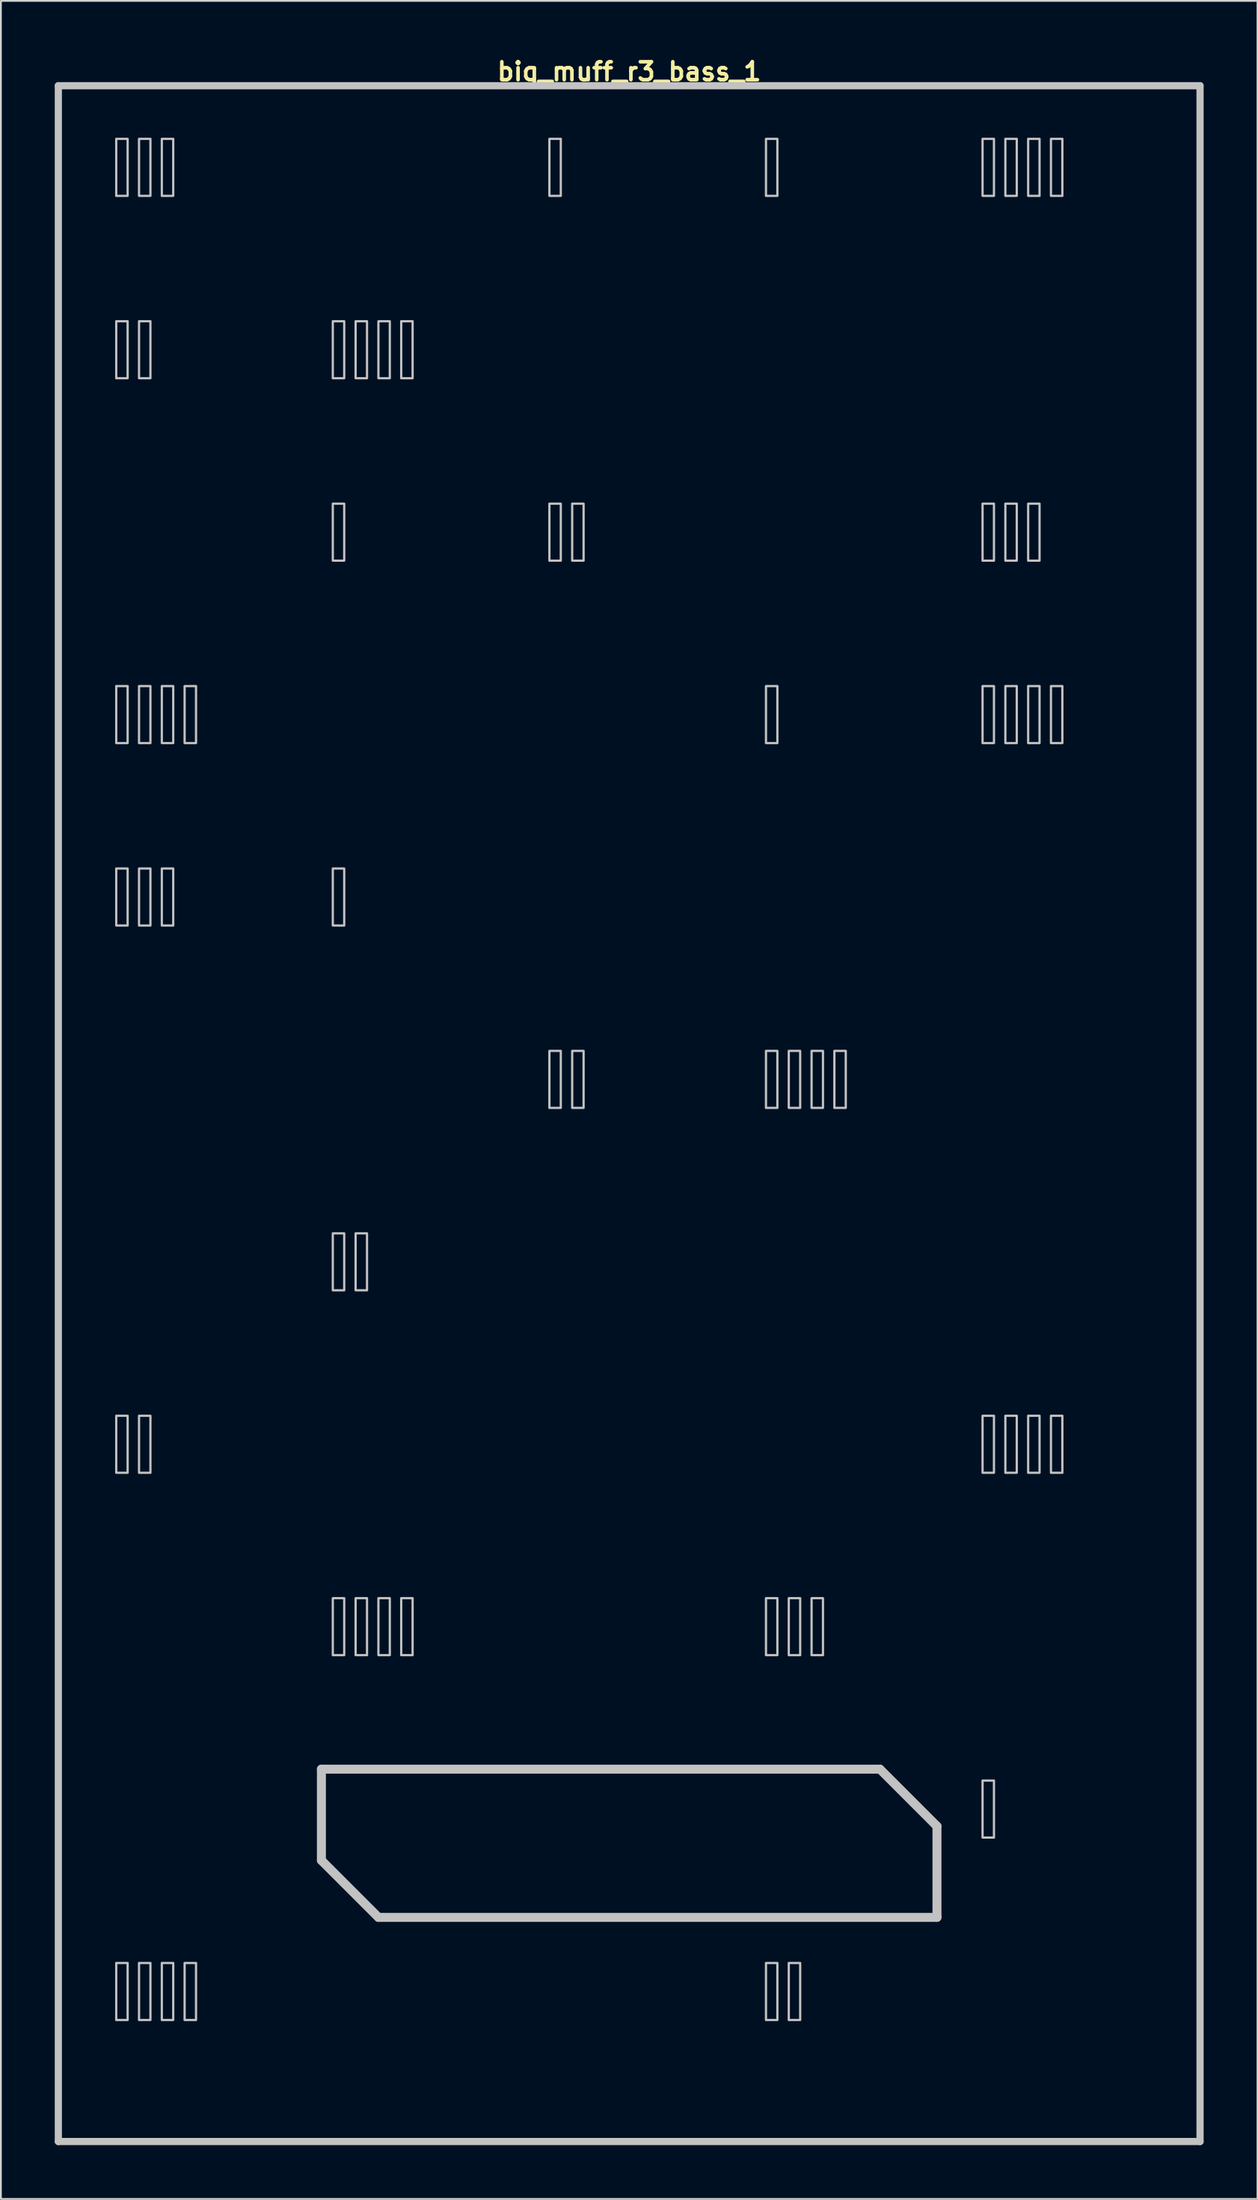
<source format=kicad_pcb>
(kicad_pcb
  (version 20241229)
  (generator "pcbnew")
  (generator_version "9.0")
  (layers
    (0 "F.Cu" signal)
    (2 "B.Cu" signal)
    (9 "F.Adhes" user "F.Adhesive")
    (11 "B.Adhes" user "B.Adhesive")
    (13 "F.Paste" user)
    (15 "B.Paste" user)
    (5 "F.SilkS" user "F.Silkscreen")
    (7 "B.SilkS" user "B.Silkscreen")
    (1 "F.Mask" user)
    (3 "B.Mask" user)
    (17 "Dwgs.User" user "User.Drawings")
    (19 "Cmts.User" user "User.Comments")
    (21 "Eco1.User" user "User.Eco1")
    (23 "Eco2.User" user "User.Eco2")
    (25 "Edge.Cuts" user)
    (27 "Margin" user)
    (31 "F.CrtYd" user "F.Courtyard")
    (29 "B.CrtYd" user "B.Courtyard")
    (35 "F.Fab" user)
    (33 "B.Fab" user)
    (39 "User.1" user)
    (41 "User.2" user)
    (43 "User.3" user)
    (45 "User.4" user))
  (footprint "big_muff_r3_bass_1"
    (layer "F.Cu")
    (at 32 58.975)
    (property "Reference" "big_muff_r3_bass_1" (at 0 -58.039 0) (layer "F.SilkS") (effects (font (size 1 1) (thickness 0.2))))
    (attr through_hole)
    (fp_line (start -31.8 -57.25) (end -31.8 57.25) (stroke (width 0.4) (type solid)) (layer "Dwgs.User"))
    (fp_line (start -31.8 -57.25) (end 31.8 -57.25) (stroke (width 0.4) (type solid)) (layer "Dwgs.User"))
    (fp_line (start -31.8 57.25) (end 31.8 57.25) (stroke (width 0.4) (type solid)) (layer "Dwgs.User"))
    (fp_line (start -17.145 36.513) (end -17.145 41.593) (stroke (width 0.5) (type solid)) (layer "Dwgs.User"))
    (fp_line (start -17.145 36.513) (end 13.97 36.513) (stroke (width 0.5) (type solid)) (layer "Dwgs.User"))
    (fp_line (start -17.145 41.593) (end -13.97 44.767) (stroke (width 0.5) (type solid)) (layer "Dwgs.User"))
    (fp_line (start -13.97 44.767) (end 17.145 44.767) (stroke (width 0.5) (type solid)) (layer "Dwgs.User"))
    (fp_line (start 13.97 36.513) (end 17.145 39.688) (stroke (width 0.5) (type solid)) (layer "Dwgs.User"))
    (fp_line (start 17.145 39.688) (end 17.145 44.767) (stroke (width 0.5) (type solid)) (layer "Dwgs.User"))
    (fp_line (start 31.8 -57.25) (end 31.8 57.25) (stroke (width 0.4) (type solid)) (layer "Dwgs.User"))
    (fp_poly (pts (xy -27.94 -51.117) (xy -28.575 -51.117) (xy -28.575 -54.292) (xy -27.94 -54.292)) (stroke (width 0.125) (type solid)) (fill no) (layer "Dwgs.User"))
    (fp_poly (pts (xy -27.94 -40.958) (xy -28.575 -40.958) (xy -28.575 -44.133) (xy -27.94 -44.133)) (stroke (width 0.125) (type solid)) (fill no) (layer "Dwgs.User"))
    (fp_poly (pts (xy -27.94 -20.637) (xy -28.575 -20.637) (xy -28.575 -23.812) (xy -27.94 -23.812)) (stroke (width 0.125) (type solid)) (fill no) (layer "Dwgs.User"))
    (fp_poly (pts (xy -27.94 -10.477) (xy -28.575 -10.477) (xy -28.575 -13.652) (xy -27.94 -13.652)) (stroke (width 0.125) (type solid)) (fill no) (layer "Dwgs.User"))
    (fp_poly (pts (xy -27.94 20.003) (xy -28.575 20.003) (xy -28.575 16.828) (xy -27.94 16.828)) (stroke (width 0.125) (type solid)) (fill no) (layer "Dwgs.User"))
    (fp_poly (pts (xy -27.94 50.483) (xy -28.575 50.483) (xy -28.575 47.307) (xy -27.94 47.307)) (stroke (width 0.125) (type solid)) (fill no) (layer "Dwgs.User"))
    (fp_poly (pts (xy -26.67 -51.117) (xy -27.305 -51.117) (xy -27.305 -54.292) (xy -26.67 -54.292)) (stroke (width 0.125) (type solid)) (fill no) (layer "Dwgs.User"))
    (fp_poly (pts (xy -26.67 -40.958) (xy -27.305 -40.958) (xy -27.305 -44.133) (xy -26.67 -44.133)) (stroke (width 0.125) (type solid)) (fill no) (layer "Dwgs.User"))
    (fp_poly (pts (xy -26.67 -20.637) (xy -27.305 -20.637) (xy -27.305 -23.812) (xy -26.67 -23.812)) (stroke (width 0.125) (type solid)) (fill no) (layer "Dwgs.User"))
    (fp_poly (pts (xy -26.67 -10.477) (xy -27.305 -10.477) (xy -27.305 -13.652) (xy -26.67 -13.652)) (stroke (width 0.125) (type solid)) (fill no) (layer "Dwgs.User"))
    (fp_poly (pts (xy -26.67 20.003) (xy -27.305 20.003) (xy -27.305 16.828) (xy -26.67 16.828)) (stroke (width 0.125) (type solid)) (fill no) (layer "Dwgs.User"))
    (fp_poly (pts (xy -26.67 50.483) (xy -27.305 50.483) (xy -27.305 47.307) (xy -26.67 47.307)) (stroke (width 0.125) (type solid)) (fill no) (layer "Dwgs.User"))
    (fp_poly (pts (xy -25.4 -51.117) (xy -26.035 -51.117) (xy -26.035 -54.292) (xy -25.4 -54.292)) (stroke (width 0.125) (type solid)) (fill no) (layer "Dwgs.User"))
    (fp_poly (pts (xy -25.4 -20.637) (xy -26.035 -20.637) (xy -26.035 -23.812) (xy -25.4 -23.812)) (stroke (width 0.125) (type solid)) (fill no) (layer "Dwgs.User"))
    (fp_poly (pts (xy -25.4 -10.477) (xy -26.035 -10.477) (xy -26.035 -13.652) (xy -25.4 -13.652)) (stroke (width 0.125) (type solid)) (fill no) (layer "Dwgs.User"))
    (fp_poly (pts (xy -25.4 50.483) (xy -26.035 50.483) (xy -26.035 47.307) (xy -25.4 47.307)) (stroke (width 0.125) (type solid)) (fill no) (layer "Dwgs.User"))
    (fp_poly (pts (xy -24.13 -20.637) (xy -24.765 -20.637) (xy -24.765 -23.812) (xy -24.13 -23.812)) (stroke (width 0.125) (type solid)) (fill no) (layer "Dwgs.User"))
    (fp_poly (pts (xy -24.13 50.483) (xy -24.765 50.483) (xy -24.765 47.307) (xy -24.13 47.307)) (stroke (width 0.125) (type solid)) (fill no) (layer "Dwgs.User"))
    (fp_poly (pts (xy -15.875 -40.958) (xy -16.51 -40.958) (xy -16.51 -44.133) (xy -15.875 -44.133)) (stroke (width 0.125) (type solid)) (fill no) (layer "Dwgs.User"))
    (fp_poly (pts (xy -15.875 -30.797) (xy -16.51 -30.797) (xy -16.51 -33.972) (xy -15.875 -33.972)) (stroke (width 0.125) (type solid)) (fill no) (layer "Dwgs.User"))
    (fp_poly (pts (xy -15.875 -10.477) (xy -16.51 -10.477) (xy -16.51 -13.652) (xy -15.875 -13.652)) (stroke (width 0.125) (type solid)) (fill no) (layer "Dwgs.User"))
    (fp_poly (pts (xy -15.875 9.842) (xy -16.51 9.842) (xy -16.51 6.668) (xy -15.875 6.668)) (stroke (width 0.125) (type solid)) (fill no) (layer "Dwgs.User"))
    (fp_poly (pts (xy -15.875 30.163) (xy -16.51 30.163) (xy -16.51 26.988) (xy -15.875 26.988)) (stroke (width 0.125) (type solid)) (fill no) (layer "Dwgs.User"))
    (fp_poly (pts (xy -14.605 -40.958) (xy -15.24 -40.958) (xy -15.24 -44.133) (xy -14.605 -44.133)) (stroke (width 0.125) (type solid)) (fill no) (layer "Dwgs.User"))
    (fp_poly (pts (xy -14.605 9.842) (xy -15.24 9.842) (xy -15.24 6.668) (xy -14.605 6.668)) (stroke (width 0.125) (type solid)) (fill no) (layer "Dwgs.User"))
    (fp_poly (pts (xy -14.605 30.163) (xy -15.24 30.163) (xy -15.24 26.988) (xy -14.605 26.988)) (stroke (width 0.125) (type solid)) (fill no) (layer "Dwgs.User"))
    (fp_poly (pts (xy -13.335 -40.958) (xy -13.97 -40.958) (xy -13.97 -44.133) (xy -13.335 -44.133)) (stroke (width 0.125) (type solid)) (fill no) (layer "Dwgs.User"))
    (fp_poly (pts (xy -13.335 30.163) (xy -13.97 30.163) (xy -13.97 26.988) (xy -13.335 26.988)) (stroke (width 0.125) (type solid)) (fill no) (layer "Dwgs.User"))
    (fp_poly (pts (xy -12.065 -40.958) (xy -12.7 -40.958) (xy -12.7 -44.133) (xy -12.065 -44.133)) (stroke (width 0.125) (type solid)) (fill no) (layer "Dwgs.User"))
    (fp_poly (pts (xy -12.065 30.163) (xy -12.7 30.163) (xy -12.7 26.988) (xy -12.065 26.988)) (stroke (width 0.125) (type solid)) (fill no) (layer "Dwgs.User"))
    (fp_poly (pts (xy -3.81 -51.117) (xy -4.445 -51.117) (xy -4.445 -54.292) (xy -3.81 -54.292)) (stroke (width 0.125) (type solid)) (fill no) (layer "Dwgs.User"))
    (fp_poly (pts (xy -3.81 -30.797) (xy -4.445 -30.797) (xy -4.445 -33.972) (xy -3.81 -33.972)) (stroke (width 0.125) (type solid)) (fill no) (layer "Dwgs.User"))
    (fp_poly (pts (xy -3.81 -0.318) (xy -4.445 -0.318) (xy -4.445 -3.493) (xy -3.81 -3.493)) (stroke (width 0.125) (type solid)) (fill no) (layer "Dwgs.User"))
    (fp_poly (pts (xy -2.54 -30.797) (xy -3.175 -30.797) (xy -3.175 -33.972) (xy -2.54 -33.972)) (stroke (width 0.125) (type solid)) (fill no) (layer "Dwgs.User"))
    (fp_poly (pts (xy -2.54 -0.318) (xy -3.175 -0.318) (xy -3.175 -3.493) (xy -2.54 -3.493)) (stroke (width 0.125) (type solid)) (fill no) (layer "Dwgs.User"))
    (fp_poly (pts (xy 8.255 -51.117) (xy 7.62 -51.117) (xy 7.62 -54.292) (xy 8.255 -54.292)) (stroke (width 0.125) (type solid)) (fill no) (layer "Dwgs.User"))
    (fp_poly (pts (xy 8.255 -20.637) (xy 7.62 -20.637) (xy 7.62 -23.812) (xy 8.255 -23.812)) (stroke (width 0.125) (type solid)) (fill no) (layer "Dwgs.User"))
    (fp_poly (pts (xy 8.255 -0.318) (xy 7.62 -0.318) (xy 7.62 -3.493) (xy 8.255 -3.493)) (stroke (width 0.125) (type solid)) (fill no) (layer "Dwgs.User"))
    (fp_poly (pts (xy 8.255 30.163) (xy 7.62 30.163) (xy 7.62 26.988) (xy 8.255 26.988)) (stroke (width 0.125) (type solid)) (fill no) (layer "Dwgs.User"))
    (fp_poly (pts (xy 8.255 50.483) (xy 7.62 50.483) (xy 7.62 47.307) (xy 8.255 47.307)) (stroke (width 0.125) (type solid)) (fill no) (layer "Dwgs.User"))
    (fp_poly (pts (xy 9.525 -0.318) (xy 8.89 -0.318) (xy 8.89 -3.493) (xy 9.525 -3.493)) (stroke (width 0.125) (type solid)) (fill no) (layer "Dwgs.User"))
    (fp_poly (pts (xy 9.525 30.163) (xy 8.89 30.163) (xy 8.89 26.988) (xy 9.525 26.988)) (stroke (width 0.125) (type solid)) (fill no) (layer "Dwgs.User"))
    (fp_poly (pts (xy 9.525 50.483) (xy 8.89 50.483) (xy 8.89 47.307) (xy 9.525 47.307)) (stroke (width 0.125) (type solid)) (fill no) (layer "Dwgs.User"))
    (fp_poly (pts (xy 10.795 -0.318) (xy 10.16 -0.318) (xy 10.16 -3.493) (xy 10.795 -3.493)) (stroke (width 0.125) (type solid)) (fill no) (layer "Dwgs.User"))
    (fp_poly (pts (xy 10.795 30.163) (xy 10.16 30.163) (xy 10.16 26.988) (xy 10.795 26.988)) (stroke (width 0.125) (type solid)) (fill no) (layer "Dwgs.User"))
    (fp_poly (pts (xy 12.065 -0.318) (xy 11.43 -0.318) (xy 11.43 -3.493) (xy 12.065 -3.493)) (stroke (width 0.125) (type solid)) (fill no) (layer "Dwgs.User"))
    (fp_poly (pts (xy 20.32 -51.117) (xy 19.685 -51.117) (xy 19.685 -54.292) (xy 20.32 -54.292)) (stroke (width 0.125) (type solid)) (fill no) (layer "Dwgs.User"))
    (fp_poly (pts (xy 20.32 -30.797) (xy 19.685 -30.797) (xy 19.685 -33.972) (xy 20.32 -33.972)) (stroke (width 0.125) (type solid)) (fill no) (layer "Dwgs.User"))
    (fp_poly (pts (xy 20.32 -20.637) (xy 19.685 -20.637) (xy 19.685 -23.812) (xy 20.32 -23.812)) (stroke (width 0.125) (type solid)) (fill no) (layer "Dwgs.User"))
    (fp_poly (pts (xy 20.32 20.003) (xy 19.685 20.003) (xy 19.685 16.828) (xy 20.32 16.828)) (stroke (width 0.125) (type solid)) (fill no) (layer "Dwgs.User"))
    (fp_poly (pts (xy 20.32 40.322) (xy 19.685 40.322) (xy 19.685 37.148) (xy 20.32 37.148)) (stroke (width 0.125) (type solid)) (fill no) (layer "Dwgs.User"))
    (fp_poly (pts (xy 21.59 -51.117) (xy 20.955 -51.117) (xy 20.955 -54.292) (xy 21.59 -54.292)) (stroke (width 0.125) (type solid)) (fill no) (layer "Dwgs.User"))
    (fp_poly (pts (xy 21.59 -30.797) (xy 20.955 -30.797) (xy 20.955 -33.972) (xy 21.59 -33.972)) (stroke (width 0.125) (type solid)) (fill no) (layer "Dwgs.User"))
    (fp_poly (pts (xy 21.59 -20.637) (xy 20.955 -20.637) (xy 20.955 -23.812) (xy 21.59 -23.812)) (stroke (width 0.125) (type solid)) (fill no) (layer "Dwgs.User"))
    (fp_poly (pts (xy 21.59 20.003) (xy 20.955 20.003) (xy 20.955 16.828) (xy 21.59 16.828)) (stroke (width 0.125) (type solid)) (fill no) (layer "Dwgs.User"))
    (fp_poly (pts (xy 22.86 -51.117) (xy 22.225 -51.117) (xy 22.225 -54.292) (xy 22.86 -54.292)) (stroke (width 0.125) (type solid)) (fill no) (layer "Dwgs.User"))
    (fp_poly (pts (xy 22.86 -30.797) (xy 22.225 -30.797) (xy 22.225 -33.972) (xy 22.86 -33.972)) (stroke (width 0.125) (type solid)) (fill no) (layer "Dwgs.User"))
    (fp_poly (pts (xy 22.86 -20.637) (xy 22.225 -20.637) (xy 22.225 -23.812) (xy 22.86 -23.812)) (stroke (width 0.125) (type solid)) (fill no) (layer "Dwgs.User"))
    (fp_poly (pts (xy 22.86 20.003) (xy 22.225 20.003) (xy 22.225 16.828) (xy 22.86 16.828)) (stroke (width 0.125) (type solid)) (fill no) (layer "Dwgs.User"))
    (fp_poly (pts (xy 24.13 -51.117) (xy 23.495 -51.117) (xy 23.495 -54.292) (xy 24.13 -54.292)) (stroke (width 0.125) (type solid)) (fill no) (layer "Dwgs.User"))
    (fp_poly (pts (xy 24.13 -20.637) (xy 23.495 -20.637) (xy 23.495 -23.812) (xy 24.13 -23.812)) (stroke (width 0.125) (type solid)) (fill no) (layer "Dwgs.User"))
    (fp_poly (pts (xy 24.13 20.003) (xy 23.495 20.003) (xy 23.495 16.828) (xy 24.13 16.828)) (stroke (width 0.125) (type solid)) (fill no) (layer "Dwgs.User"))
    (fp_line (start -31.8 -57.25) (end -31.8 57.25) (stroke (width 0.4) (type solid)) (layer "Eco1.User"))
    (fp_line (start -31.8 -57.25) (end 31.8 -57.25) (stroke (width 0.4) (type solid)) (layer "Eco1.User"))
    (fp_line (start -31.8 57.25) (end 31.8 57.25) (stroke (width 0.4) (type solid)) (layer "Eco1.User"))
    (fp_line (start -30.45 -55.75) (end -30.45 55.75) (stroke (width 0.4) (type solid)) (layer "Eco1.User"))
    (fp_line (start -30.45 -55.75) (end 30.45 -55.75) (stroke (width 0.4) (type solid)) (layer "Eco1.User"))
    (fp_line (start -30.45 55.75) (end 30.45 55.75) (stroke (width 0.4) (type solid)) (layer "Eco1.User"))
    (fp_line (start 30.45 -55.75) (end 30.45 55.75) (stroke (width 0.4) (type solid)) (layer "Eco1.User"))
    (fp_line (start 31.8 -57.25) (end 31.8 57.25) (stroke (width 0.4) (type solid)) (layer "Eco1.User"))
    (fp_circle (center -19.05 -40.44) (end -15.35 -40.44) (stroke (width 0.4) (type solid)) (fill no) (layer "Eco1.User"))
    (fp_circle (center -19.05 -40.44) (end -9.55 -40.44) (stroke (width 0.4) (type solid)) (fill no) (layer "Eco1.User"))
    (fp_circle (center -8.89 -50.8) (end -7.39 -50.8) (stroke (width 0.4) (type solid)) (fill no) (layer "Eco1.User"))
    (fp_circle (center -8.89 -50.8) (end -5.39 -50.8) (stroke (width 0.4) (type solid)) (fill no) (layer "Eco1.User"))
    (fp_circle (center 0 -26.47) (end 3.7 -26.47) (stroke (width 0.4) (type solid)) (fill no) (layer "Eco1.User"))
    (fp_circle (center 0 -26.47) (end 9.5 -26.47) (stroke (width 0.4) (type solid)) (fill no) (layer "Eco1.User"))
    (fp_circle (center 0 -7.62) (end 2.65 -7.62) (stroke (width 0.4) (type solid)) (fill no) (layer "Eco1.User"))
    (fp_circle (center 0 19.05) (end 6.5 19.05) (stroke (width 0.4) (type solid)) (fill no) (layer "Eco1.User"))
    (fp_circle (center 0 19.05) (end 9.75 19.05) (stroke (width 0.4) (type solid)) (fill no) (layer "Eco1.User"))
    (fp_circle (center 8.89 -50.8) (end 10.39 -50.8) (stroke (width 0.4) (type solid)) (fill no) (layer "Eco1.User"))
    (fp_circle (center 8.89 -50.8) (end 12.39 -50.8) (stroke (width 0.4) (type solid)) (fill no) (layer "Eco1.User"))
    (fp_circle (center 19.05 -40.44) (end 22.75 -40.44) (stroke (width 0.4) (type solid)) (fill no) (layer "Eco1.User"))
    (fp_circle (center 19.05 -40.44) (end 28.55 -40.44) (stroke (width 0.4) (type solid)) (fill no) (layer "Eco1.User"))
    (fp_line (start -31.8 -57.25) (end -31.8 57.25) (stroke (width 0.4) (type solid)) (layer "Eco2.User"))
    (fp_line (start -31.8 -57.25) (end 31.8 -57.25) (stroke (width 0.4) (type solid)) (layer "Eco2.User"))
    (fp_line (start -31.8 57.25) (end 31.8 57.25) (stroke (width 0.4) (type solid)) (layer "Eco2.User"))
    (fp_line (start -29.21 -54.928) (end -29.21 -49.847) (stroke (width 0.5) (type solid)) (layer "Eco2.User"))
    (fp_line (start -29.21 -54.928) (end -22.225 -54.928) (stroke (width 0.5) (type solid)) (layer "Eco2.User"))
    (fp_line (start -29.21 -49.847) (end -26.035 -46.672) (stroke (width 0.5) (type solid)) (layer "Eco2.User"))
    (fp_line (start -29.21 -44.767) (end -29.21 -39.688) (stroke (width 0.5) (type solid)) (layer "Eco2.User"))
    (fp_line (start -29.21 -44.767) (end -22.225 -44.767) (stroke (width 0.5) (type solid)) (layer "Eco2.User"))
    (fp_line (start -29.21 -39.688) (end -26.035 -36.513) (stroke (width 0.5) (type solid)) (layer "Eco2.User"))
    (fp_line (start -29.21 -34.608) (end -29.21 -29.527) (stroke (width 0.5) (type solid)) (layer "Eco2.User"))
    (fp_line (start -29.21 -34.608) (end -22.225 -34.608) (stroke (width 0.5) (type solid)) (layer "Eco2.User"))
    (fp_line (start -29.21 -29.527) (end -28.575 -28.892) (stroke (width 0.5) (type solid)) (layer "Eco2.User"))
    (fp_line (start -29.21 -24.448) (end -29.21 -19.367) (stroke (width 0.5) (type solid)) (layer "Eco2.User"))
    (fp_line (start -29.21 -24.448) (end -22.225 -24.448) (stroke (width 0.5) (type solid)) (layer "Eco2.User"))
    (fp_line (start -29.21 -19.367) (end -26.035 -16.192) (stroke (width 0.5) (type solid)) (layer "Eco2.User"))
    (fp_line (start -29.21 -14.287) (end -29.21 -9.207) (stroke (width 0.5) (type solid)) (layer "Eco2.User"))
    (fp_line (start -29.21 -14.287) (end -22.225 -14.287) (stroke (width 0.5) (type solid)) (layer "Eco2.User"))
    (fp_line (start -29.21 -9.207) (end -26.035 -6.032) (stroke (width 0.5) (type solid)) (layer "Eco2.User"))
    (fp_line (start -29.21 -4.128) (end -29.21 0.953) (stroke (width 0.5) (type solid)) (layer "Eco2.User"))
    (fp_line (start -29.21 -4.128) (end -22.225 -4.128) (stroke (width 0.5) (type solid)) (layer "Eco2.User"))
    (fp_line (start -29.21 0.953) (end -26.035 4.128) (stroke (width 0.5) (type solid)) (layer "Eco2.User"))
    (fp_line (start -29.21 6.032) (end -29.21 11.113) (stroke (width 0.5) (type solid)) (layer "Eco2.User"))
    (fp_line (start -29.21 6.032) (end -22.225 6.032) (stroke (width 0.5) (type solid)) (layer "Eco2.User"))
    (fp_line (start -29.21 11.113) (end -26.035 14.287) (stroke (width 0.5) (type solid)) (layer "Eco2.User"))
    (fp_line (start -29.21 16.192) (end -29.21 21.273) (stroke (width 0.5) (type solid)) (layer "Eco2.User"))
    (fp_line (start -29.21 16.192) (end -22.225 16.192) (stroke (width 0.5) (type solid)) (layer "Eco2.User"))
    (fp_line (start -29.21 21.273) (end -26.035 24.448) (stroke (width 0.5) (type solid)) (layer "Eco2.User"))
    (fp_line (start -29.21 26.352) (end -29.21 31.433) (stroke (width 0.5) (type solid)) (layer "Eco2.User"))
    (fp_line (start -29.21 26.352) (end -22.225 26.352) (stroke (width 0.5) (type solid)) (layer "Eco2.User"))
    (fp_line (start -29.21 31.433) (end -26.035 34.608) (stroke (width 0.5) (type solid)) (layer "Eco2.User"))
    (fp_line (start -29.21 36.513) (end -29.21 41.593) (stroke (width 0.5) (type solid)) (layer "Eco2.User"))
    (fp_line (start -29.21 36.513) (end -22.225 36.513) (stroke (width 0.5) (type solid)) (layer "Eco2.User"))
    (fp_line (start -29.21 41.593) (end -26.035 44.767) (stroke (width 0.5) (type solid)) (layer "Eco2.User"))
    (fp_line (start -29.21 46.672) (end -29.21 51.752) (stroke (width 0.5) (type solid)) (layer "Eco2.User"))
    (fp_line (start -29.21 46.672) (end 1.905 46.672) (stroke (width 0.5) (type solid)) (layer "Eco2.User"))
    (fp_line (start -29.21 51.752) (end -26.035 54.928) (stroke (width 0.5) (type solid)) (layer "Eco2.User"))
    (fp_line (start -26.035 -46.672) (end -19.05 -46.672) (stroke (width 0.5) (type solid)) (layer "Eco2.User"))
    (fp_line (start -26.035 -36.513) (end -19.05 -36.513) (stroke (width 0.5) (type solid)) (layer "Eco2.User"))
    (fp_line (start -26.035 -16.192) (end -19.05 -16.192) (stroke (width 0.5) (type solid)) (layer "Eco2.User"))
    (fp_line (start -26.035 -6.032) (end -19.05 -6.032) (stroke (width 0.5) (type solid)) (layer "Eco2.User"))
    (fp_line (start -26.035 4.128) (end -19.05 4.128) (stroke (width 0.5) (type solid)) (layer "Eco2.User"))
    (fp_line (start -26.035 14.287) (end -19.05 14.287) (stroke (width 0.5) (type solid)) (layer "Eco2.User"))
    (fp_line (start -26.035 24.448) (end -19.05 24.448) (stroke (width 0.5) (type solid)) (layer "Eco2.User"))
    (fp_line (start -26.035 34.608) (end -19.05 34.608) (stroke (width 0.5) (type solid)) (layer "Eco2.User"))
    (fp_line (start -26.035 44.767) (end -19.05 44.767) (stroke (width 0.5) (type solid)) (layer "Eco2.User"))
    (fp_line (start -26.035 54.928) (end 5.08 54.928) (stroke (width 0.5) (type solid)) (layer "Eco2.User"))
    (fp_line (start -22.225 -54.928) (end -19.05 -51.752) (stroke (width 0.5) (type solid)) (layer "Eco2.User"))
    (fp_line (start -22.225 -44.767) (end -19.05 -41.593) (stroke (width 0.5) (type solid)) (layer "Eco2.User"))
    (fp_line (start -22.225 -34.608) (end -19.05 -31.433) (stroke (width 0.5) (type solid)) (layer "Eco2.User"))
    (fp_line (start -22.225 -24.448) (end -19.05 -21.273) (stroke (width 0.5) (type solid)) (layer "Eco2.User"))
    (fp_line (start -22.225 -14.287) (end -19.05 -11.113) (stroke (width 0.5) (type solid)) (layer "Eco2.User"))
    (fp_line (start -22.225 -4.128) (end -19.05 -0.953) (stroke (width 0.5) (type solid)) (layer "Eco2.User"))
    (fp_line (start -22.225 6.032) (end -19.05 9.207) (stroke (width 0.5) (type solid)) (layer "Eco2.User"))
    (fp_line (start -22.225 16.192) (end -19.05 19.367) (stroke (width 0.5) (type solid)) (layer "Eco2.User"))
    (fp_line (start -22.225 26.352) (end -19.05 29.527) (stroke (width 0.5) (type solid)) (layer "Eco2.User"))
    (fp_line (start -22.225 36.513) (end -19.05 39.688) (stroke (width 0.5) (type solid)) (layer "Eco2.User"))
    (fp_line (start -19.05 -51.752) (end -19.05 -46.672) (stroke (width 0.5) (type solid)) (layer "Eco2.User"))
    (fp_line (start -19.05 -41.593) (end -19.05 -36.513) (stroke (width 0.5) (type solid)) (layer "Eco2.User"))
    (fp_line (start -19.05 -31.433) (end -19.05 -29.845) (stroke (width 0.5) (type solid)) (layer "Eco2.User"))
    (fp_line (start -19.05 -21.273) (end -19.05 -16.192) (stroke (width 0.5) (type solid)) (layer "Eco2.User"))
    (fp_line (start -19.05 -11.113) (end -19.05 -6.032) (stroke (width 0.5) (type solid)) (layer "Eco2.User"))
    (fp_line (start -19.05 -0.953) (end -19.05 4.128) (stroke (width 0.5) (type solid)) (layer "Eco2.User"))
    (fp_line (start -19.05 9.207) (end -19.05 14.287) (stroke (width 0.5) (type solid)) (layer "Eco2.User"))
    (fp_line (start -19.05 19.367) (end -19.05 24.448) (stroke (width 0.5) (type solid)) (layer "Eco2.User"))
    (fp_line (start -19.05 29.527) (end -19.05 34.608) (stroke (width 0.5) (type solid)) (layer "Eco2.User"))
    (fp_line (start -19.05 39.688) (end -19.05 44.767) (stroke (width 0.5) (type solid)) (layer "Eco2.User"))
    (fp_line (start -17.145 -54.928) (end -17.145 -49.847) (stroke (width 0.5) (type solid)) (layer "Eco2.User"))
    (fp_line (start -17.145 -54.928) (end -10.16 -54.928) (stroke (width 0.5) (type solid)) (layer "Eco2.User"))
    (fp_line (start -17.145 -49.847) (end -13.97 -46.672) (stroke (width 0.5) (type solid)) (layer "Eco2.User"))
    (fp_line (start -17.145 -44.767) (end -17.145 -39.688) (stroke (width 0.5) (type solid)) (layer "Eco2.User"))
    (fp_line (start -17.145 -44.767) (end 13.97 -44.767) (stroke (width 0.5) (type solid)) (layer "Eco2.User"))
    (fp_line (start -17.145 -39.688) (end -13.97 -36.513) (stroke (width 0.5) (type solid)) (layer "Eco2.User"))
    (fp_line (start -17.145 -34.608) (end -17.145 -29.845) (stroke (width 0.5) (type solid)) (layer "Eco2.User"))
    (fp_line (start -17.145 -34.608) (end -10.16 -34.608) (stroke (width 0.5) (type solid)) (layer "Eco2.User"))
    (fp_line (start -17.145 -24.448) (end -17.145 -19.367) (stroke (width 0.5) (type solid)) (layer "Eco2.User"))
    (fp_line (start -17.145 -24.448) (end -10.16 -24.448) (stroke (width 0.5) (type solid)) (layer "Eco2.User"))
    (fp_line (start -17.145 -19.367) (end -13.97 -16.192) (stroke (width 0.5) (type solid)) (layer "Eco2.User"))
    (fp_line (start -17.145 -14.287) (end -17.145 -9.207) (stroke (width 0.5) (type solid)) (layer "Eco2.User"))
    (fp_line (start -17.145 -14.287) (end -10.16 -14.287) (stroke (width 0.5) (type solid)) (layer "Eco2.User"))
    (fp_line (start -17.145 -9.207) (end -13.97 -6.032) (stroke (width 0.5) (type solid)) (layer "Eco2.User"))
    (fp_line (start -17.145 -4.128) (end -17.145 0.953) (stroke (width 0.5) (type solid)) (layer "Eco2.User"))
    (fp_line (start -17.145 -4.128) (end -10.16 -4.128) (stroke (width 0.5) (type solid)) (layer "Eco2.User"))
    (fp_line (start -17.145 0.953) (end -13.97 4.128) (stroke (width 0.5) (type solid)) (layer "Eco2.User"))
    (fp_line (start -17.145 6.032) (end -17.145 11.113) (stroke (width 0.5) (type solid)) (layer "Eco2.User"))
    (fp_line (start -17.145 6.032) (end -10.16 6.032) (stroke (width 0.5) (type solid)) (layer "Eco2.User"))
    (fp_line (start -17.145 11.113) (end -13.97 14.287) (stroke (width 0.5) (type solid)) (layer "Eco2.User"))
    (fp_line (start -17.145 16.192) (end -17.145 21.273) (stroke (width 0.5) (type solid)) (layer "Eco2.User"))
    (fp_line (start -17.145 16.192) (end -10.16 16.192) (stroke (width 0.5) (type solid)) (layer "Eco2.User"))
    (fp_line (start -17.145 21.273) (end -13.97 24.448) (stroke (width 0.5) (type solid)) (layer "Eco2.User"))
    (fp_line (start -17.145 26.352) (end -17.145 31.433) (stroke (width 0.5) (type solid)) (layer "Eco2.User"))
    (fp_line (start -17.145 26.352) (end -10.16 26.352) (stroke (width 0.5) (type solid)) (layer "Eco2.User"))
    (fp_line (start -17.145 31.433) (end -13.97 34.608) (stroke (width 0.5) (type solid)) (layer "Eco2.User"))
    (fp_line (start -13.97 -46.672) (end -6.985 -46.672) (stroke (width 0.5) (type solid)) (layer "Eco2.User"))
    (fp_line (start -13.97 -36.513) (end 17.145 -36.513) (stroke (width 0.5) (type solid)) (layer "Eco2.User"))
    (fp_line (start -13.97 -16.192) (end -6.985 -16.192) (stroke (width 0.5) (type solid)) (layer "Eco2.User"))
    (fp_line (start -13.97 -6.032) (end -6.985 -6.032) (stroke (width 0.5) (type solid)) (layer "Eco2.User"))
    (fp_line (start -13.97 4.128) (end -6.985 4.128) (stroke (width 0.5) (type solid)) (layer "Eco2.User"))
    (fp_line (start -13.97 14.287) (end -6.985 14.287) (stroke (width 0.5) (type solid)) (layer "Eco2.User"))
    (fp_line (start -13.97 24.448) (end -6.985 24.448) (stroke (width 0.5) (type solid)) (layer "Eco2.User"))
    (fp_line (start -13.97 34.608) (end -6.985 34.608) (stroke (width 0.5) (type solid)) (layer "Eco2.User"))
    (fp_line (start -10.16 -54.928) (end -6.985 -51.752) (stroke (width 0.5) (type solid)) (layer "Eco2.User"))
    (fp_line (start -10.16 -34.608) (end -6.985 -31.433) (stroke (width 0.5) (type solid)) (layer "Eco2.User"))
    (fp_line (start -10.16 -24.448) (end -6.985 -21.273) (stroke (width 0.5) (type solid)) (layer "Eco2.User"))
    (fp_line (start -10.16 -14.287) (end -6.985 -11.113) (stroke (width 0.5) (type solid)) (layer "Eco2.User"))
    (fp_line (start -10.16 -4.128) (end -6.985 -0.953) (stroke (width 0.5) (type solid)) (layer "Eco2.User"))
    (fp_line (start -10.16 6.032) (end -6.985 9.207) (stroke (width 0.5) (type solid)) (layer "Eco2.User"))
    (fp_line (start -10.16 16.192) (end -6.985 19.367) (stroke (width 0.5) (type solid)) (layer "Eco2.User"))
    (fp_line (start -10.16 26.352) (end -6.985 29.527) (stroke (width 0.5) (type solid)) (layer "Eco2.User"))
    (fp_line (start -9.842 -26.352) (end -6.985 -26.352) (stroke (width 0.5) (type solid)) (layer "Eco2.User"))
    (fp_line (start -6.985 -51.752) (end -6.985 -46.672) (stroke (width 0.5) (type solid)) (layer "Eco2.User"))
    (fp_line (start -6.985 -31.433) (end -6.985 -26.352) (stroke (width 0.5) (type solid)) (layer "Eco2.User"))
    (fp_line (start -6.985 -21.273) (end -6.985 -16.192) (stroke (width 0.5) (type solid)) (layer "Eco2.User"))
    (fp_line (start -6.985 -11.113) (end -6.985 -6.032) (stroke (width 0.5) (type solid)) (layer "Eco2.User"))
    (fp_line (start -6.985 -0.953) (end -6.985 4.128) (stroke (width 0.5) (type solid)) (layer "Eco2.User"))
    (fp_line (start -6.985 9.207) (end -6.985 14.287) (stroke (width 0.5) (type solid)) (layer "Eco2.User"))
    (fp_line (start -6.985 19.367) (end -6.985 24.448) (stroke (width 0.5) (type solid)) (layer "Eco2.User"))
    (fp_line (start -6.985 29.527) (end -6.985 34.608) (stroke (width 0.5) (type solid)) (layer "Eco2.User"))
    (fp_line (start -5.715 -40.64) (end -4.445 -40.64) (stroke (width 0.25) (type solid)) (layer "Eco2.User"))
    (fp_line (start -5.08 -54.928) (end -5.08 -49.847) (stroke (width 0.5) (type solid)) (layer "Eco2.User"))
    (fp_line (start -5.08 -54.928) (end 1.905 -54.928) (stroke (width 0.5) (type solid)) (layer "Eco2.User"))
    (fp_line (start -5.08 -49.847) (end -1.905 -46.672) (stroke (width 0.5) (type solid)) (layer "Eco2.User"))
    (fp_line (start -5.08 -41.275) (end -5.08 -40.005) (stroke (width 0.25) (type solid)) (layer "Eco2.User"))
    (fp_line (start -5.08 -34.608) (end -5.08 -29.527) (stroke (width 0.5) (type solid)) (layer "Eco2.User"))
    (fp_line (start -5.08 -34.608) (end 1.905 -34.608) (stroke (width 0.5) (type solid)) (layer "Eco2.User"))
    (fp_line (start -5.08 -29.527) (end -1.905 -26.352) (stroke (width 0.5) (type solid)) (layer "Eco2.User"))
    (fp_line (start -5.08 -24.448) (end -5.08 -19.367) (stroke (width 0.5) (type solid)) (layer "Eco2.User"))
    (fp_line (start -5.08 -24.448) (end 1.905 -24.448) (stroke (width 0.5) (type solid)) (layer "Eco2.User"))
    (fp_line (start -5.08 -19.367) (end -1.905 -16.192) (stroke (width 0.5) (type solid)) (layer "Eco2.User"))
    (fp_line (start -5.08 -11.113) (end -5.08 -9.207) (stroke (width 0.5) (type solid)) (layer "Eco2.User"))
    (fp_line (start -5.08 -9.207) (end -1.905 -6.032) (stroke (width 0.5) (type solid)) (layer "Eco2.User"))
    (fp_line (start -5.08 -4.128) (end -5.08 0.953) (stroke (width 0.5) (type solid)) (layer "Eco2.User"))
    (fp_line (start -5.08 -4.128) (end 1.905 -4.128) (stroke (width 0.5) (type solid)) (layer "Eco2.User"))
    (fp_line (start -5.08 0.953) (end -1.905 4.128) (stroke (width 0.5) (type solid)) (layer "Eco2.User"))
    (fp_line (start -5.08 6.032) (end -5.08 11.113) (stroke (width 0.5) (type solid)) (layer "Eco2.User"))
    (fp_line (start -5.08 6.032) (end 1.905 6.032) (stroke (width 0.5) (type solid)) (layer "Eco2.User"))
    (fp_line (start -5.08 11.113) (end -1.905 14.287) (stroke (width 0.5) (type solid)) (layer "Eco2.User"))
    (fp_line (start -5.08 26.352) (end -5.08 31.433) (stroke (width 0.5) (type solid)) (layer "Eco2.User"))
    (fp_line (start -5.08 26.352) (end 1.905 26.352) (stroke (width 0.5) (type solid)) (layer "Eco2.User"))
    (fp_line (start -5.08 31.433) (end -1.905 34.608) (stroke (width 0.5) (type solid)) (layer "Eco2.User"))
    (fp_line (start -3.81 -40.64) (end -1.27 -40.64) (stroke (width 0.5) (type solid)) (layer "Eco2.User"))
    (fp_line (start -1.905 -46.672) (end 5.08 -46.672) (stroke (width 0.5) (type solid)) (layer "Eco2.User"))
    (fp_line (start -1.905 -26.352) (end 5.08 -26.352) (stroke (width 0.5) (type solid)) (layer "Eco2.User"))
    (fp_line (start -1.905 -16.192) (end 5.08 -16.192) (stroke (width 0.5) (type solid)) (layer "Eco2.User"))
    (fp_line (start -1.905 -6.032) (end 5.08 -6.032) (stroke (width 0.5) (type solid)) (layer "Eco2.User"))
    (fp_line (start -1.905 4.128) (end 5.08 4.128) (stroke (width 0.5) (type solid)) (layer "Eco2.User"))
    (fp_line (start -1.905 14.287) (end 5.08 14.287) (stroke (width 0.5) (type solid)) (layer "Eco2.User"))
    (fp_line (start -1.905 34.608) (end 5.08 34.608) (stroke (width 0.5) (type solid)) (layer "Eco2.User"))
    (fp_line (start 0 -40.64) (end 3.81 -40.64) (stroke (width 0.5) (type solid)) (layer "Eco2.User"))
    (fp_line (start 1.905 -54.928) (end 5.08 -51.752) (stroke (width 0.5) (type solid)) (layer "Eco2.User"))
    (fp_line (start 1.905 -34.608) (end 5.08 -31.433) (stroke (width 0.5) (type solid)) (layer "Eco2.User"))
    (fp_line (start 1.905 -24.448) (end 5.08 -21.273) (stroke (width 0.5) (type solid)) (layer "Eco2.User"))
    (fp_line (start 1.905 -4.128) (end 5.08 -0.953) (stroke (width 0.5) (type solid)) (layer "Eco2.User"))
    (fp_line (start 1.905 6.032) (end 5.08 9.207) (stroke (width 0.5) (type solid)) (layer "Eco2.User"))
    (fp_line (start 1.905 26.352) (end 5.08 29.527) (stroke (width 0.5) (type solid)) (layer "Eco2.User"))
    (fp_line (start 1.905 46.672) (end 5.08 49.847) (stroke (width 0.5) (type solid)) (layer "Eco2.User"))
    (fp_line (start 4.445 -40.64) (end 5.715 -40.64) (stroke (width 0.25) (type solid)) (layer "Eco2.User"))
    (fp_line (start 5.08 -51.752) (end 5.08 -46.672) (stroke (width 0.5) (type solid)) (layer "Eco2.User"))
    (fp_line (start 5.08 -31.433) (end 5.08 -26.352) (stroke (width 0.5) (type solid)) (layer "Eco2.User"))
    (fp_line (start 5.08 -21.273) (end 5.08 -16.192) (stroke (width 0.5) (type solid)) (layer "Eco2.User"))
    (fp_line (start 5.08 -11.113) (end 5.08 -6.032) (stroke (width 0.5) (type solid)) (layer "Eco2.User"))
    (fp_line (start 5.08 -0.953) (end 5.08 4.128) (stroke (width 0.5) (type solid)) (layer "Eco2.User"))
    (fp_line (start 5.08 9.207) (end 5.08 14.287) (stroke (width 0.5) (type solid)) (layer "Eco2.User"))
    (fp_line (start 5.08 29.527) (end 5.08 34.608) (stroke (width 0.5) (type solid)) (layer "Eco2.User"))
    (fp_line (start 5.08 49.847) (end 5.08 54.928) (stroke (width 0.5) (type solid)) (layer "Eco2.User"))
    (fp_line (start 6.985 -54.928) (end 6.985 -49.847) (stroke (width 0.5) (type solid)) (layer "Eco2.User"))
    (fp_line (start 6.985 -54.928) (end 13.97 -54.928) (stroke (width 0.5) (type solid)) (layer "Eco2.User"))
    (fp_line (start 6.985 -49.847) (end 10.16 -46.672) (stroke (width 0.5) (type solid)) (layer "Eco2.User"))
    (fp_line (start 6.985 -34.608) (end 6.985 -29.527) (stroke (width 0.5) (type solid)) (layer "Eco2.User"))
    (fp_line (start 6.985 -34.608) (end 13.97 -34.608) (stroke (width 0.5) (type solid)) (layer "Eco2.User"))
    (fp_line (start 6.985 -29.527) (end 9.525 -26.988) (stroke (width 0.5) (type solid)) (layer "Eco2.User"))
    (fp_line (start 6.985 -24.448) (end 6.985 -19.367) (stroke (width 0.5) (type solid)) (layer "Eco2.User"))
    (fp_line (start 6.985 -24.448) (end 13.97 -24.448) (stroke (width 0.5) (type solid)) (layer "Eco2.User"))
    (fp_line (start 6.985 -19.367) (end 10.16 -16.192) (stroke (width 0.5) (type solid)) (layer "Eco2.User"))
    (fp_line (start 6.985 -14.287) (end 6.985 -9.207) (stroke (width 0.5) (type solid)) (layer "Eco2.User"))
    (fp_line (start 6.985 -14.287) (end 13.97 -14.287) (stroke (width 0.5) (type solid)) (layer "Eco2.User"))
    (fp_line (start 6.985 -9.207) (end 10.16 -6.032) (stroke (width 0.5) (type solid)) (layer "Eco2.User"))
    (fp_line (start 6.985 -4.128) (end 6.985 0.953) (stroke (width 0.5) (type solid)) (layer "Eco2.User"))
    (fp_line (start 6.985 -4.128) (end 13.97 -4.128) (stroke (width 0.5) (type solid)) (layer "Eco2.User"))
    (fp_line (start 6.985 0.953) (end 10.16 4.128) (stroke (width 0.5) (type solid)) (layer "Eco2.User"))
    (fp_line (start 6.985 6.032) (end 6.985 11.113) (stroke (width 0.5) (type solid)) (layer "Eco2.User"))
    (fp_line (start 6.985 6.032) (end 13.97 6.032) (stroke (width 0.5) (type solid)) (layer "Eco2.User"))
    (fp_line (start 6.985 11.113) (end 10.16 14.287) (stroke (width 0.5) (type solid)) (layer "Eco2.User"))
    (fp_line (start 6.985 16.192) (end 6.985 21.273) (stroke (width 0.5) (type solid)) (layer "Eco2.User"))
    (fp_line (start 6.985 16.192) (end 13.97 16.192) (stroke (width 0.5) (type solid)) (layer "Eco2.User"))
    (fp_line (start 6.985 21.273) (end 10.16 24.448) (stroke (width 0.5) (type solid)) (layer "Eco2.User"))
    (fp_line (start 6.985 26.352) (end 6.985 31.433) (stroke (width 0.5) (type solid)) (layer "Eco2.User"))
    (fp_line (start 6.985 26.352) (end 13.97 26.352) (stroke (width 0.5) (type solid)) (layer "Eco2.User"))
    (fp_line (start 6.985 31.433) (end 10.16 34.608) (stroke (width 0.5) (type solid)) (layer "Eco2.User"))
    (fp_line (start 6.985 46.672) (end 6.985 51.752) (stroke (width 0.5) (type solid)) (layer "Eco2.User"))
    (fp_line (start 6.985 46.672) (end 26.035 46.672) (stroke (width 0.5) (type solid)) (layer "Eco2.User"))
    (fp_line (start 6.985 51.752) (end 10.16 54.928) (stroke (width 0.5) (type solid)) (layer "Eco2.User"))
    (fp_line (start 10.16 -46.672) (end 17.145 -46.672) (stroke (width 0.5) (type solid)) (layer "Eco2.User"))
    (fp_line (start 10.16 -16.192) (end 17.145 -16.192) (stroke (width 0.5) (type solid)) (layer "Eco2.User"))
    (fp_line (start 10.16 -6.032) (end 17.145 -6.032) (stroke (width 0.5) (type solid)) (layer "Eco2.User"))
    (fp_line (start 10.16 4.128) (end 17.145 4.128) (stroke (width 0.5) (type solid)) (layer "Eco2.User"))
    (fp_line (start 10.16 14.287) (end 17.145 14.287) (stroke (width 0.5) (type solid)) (layer "Eco2.User"))
    (fp_line (start 10.16 24.448) (end 17.145 24.448) (stroke (width 0.5) (type solid)) (layer "Eco2.User"))
    (fp_line (start 10.16 34.608) (end 17.145 34.608) (stroke (width 0.5) (type solid)) (layer "Eco2.User"))
    (fp_line (start 10.16 54.928) (end 29.21 54.928) (stroke (width 0.5) (type solid)) (layer "Eco2.User"))
    (fp_line (start 13.97 -54.928) (end 17.145 -51.752) (stroke (width 0.5) (type solid)) (layer "Eco2.User"))
    (fp_line (start 13.97 -44.767) (end 17.145 -41.593) (stroke (width 0.5) (type solid)) (layer "Eco2.User"))
    (fp_line (start 13.97 -34.608) (end 17.145 -31.433) (stroke (width 0.5) (type solid)) (layer "Eco2.User"))
    (fp_line (start 13.97 -24.448) (end 17.145 -21.273) (stroke (width 0.5) (type solid)) (layer "Eco2.User"))
    (fp_line (start 13.97 -14.287) (end 17.145 -11.113) (stroke (width 0.5) (type solid)) (layer "Eco2.User"))
    (fp_line (start 13.97 -4.128) (end 17.145 -0.953) (stroke (width 0.5) (type solid)) (layer "Eco2.User"))
    (fp_line (start 13.97 6.032) (end 17.145 9.207) (stroke (width 0.5) (type solid)) (layer "Eco2.User"))
    (fp_line (start 13.97 16.192) (end 17.145 19.367) (stroke (width 0.5) (type solid)) (layer "Eco2.User"))
    (fp_line (start 13.97 26.352) (end 17.145 29.527) (stroke (width 0.5) (type solid)) (layer "Eco2.User"))
    (fp_line (start 17.145 -51.752) (end 17.145 -46.672) (stroke (width 0.5) (type solid)) (layer "Eco2.User"))
    (fp_line (start 17.145 -41.593) (end 17.145 -36.513) (stroke (width 0.5) (type solid)) (layer "Eco2.User"))
    (fp_line (start 17.145 -31.433) (end 17.145 -29.845) (stroke (width 0.5) (type solid)) (layer "Eco2.User"))
    (fp_line (start 17.145 -21.273) (end 17.145 -16.192) (stroke (width 0.5) (type solid)) (layer "Eco2.User"))
    (fp_line (start 17.145 -11.113) (end 17.145 -6.032) (stroke (width 0.5) (type solid)) (layer "Eco2.User"))
    (fp_line (start 17.145 -0.953) (end 17.145 4.128) (stroke (width 0.5) (type solid)) (layer "Eco2.User"))
    (fp_line (start 17.145 9.207) (end 17.145 14.287) (stroke (width 0.5) (type solid)) (layer "Eco2.User"))
    (fp_line (start 17.145 19.367) (end 17.145 24.448) (stroke (width 0.5) (type solid)) (layer "Eco2.User"))
    (fp_line (start 17.145 29.527) (end 17.145 34.608) (stroke (width 0.5) (type solid)) (layer "Eco2.User"))
    (fp_line (start 19.05 -54.928) (end 19.05 -49.847) (stroke (width 0.5) (type solid)) (layer "Eco2.User"))
    (fp_line (start 19.05 -54.928) (end 26.035 -54.928) (stroke (width 0.5) (type solid)) (layer "Eco2.User"))
    (fp_line (start 19.05 -49.847) (end 22.225 -46.672) (stroke (width 0.5) (type solid)) (layer "Eco2.User"))
    (fp_line (start 19.05 -44.767) (end 19.05 -39.688) (stroke (width 0.5) (type solid)) (layer "Eco2.User"))
    (fp_line (start 19.05 -44.767) (end 26.035 -44.767) (stroke (width 0.5) (type solid)) (layer "Eco2.User"))
    (fp_line (start 19.05 -39.688) (end 22.225 -36.513) (stroke (width 0.5) (type solid)) (layer "Eco2.User"))
    (fp_line (start 19.05 -34.608) (end 19.05 -29.845) (stroke (width 0.5) (type solid)) (layer "Eco2.User"))
    (fp_line (start 19.05 -34.608) (end 26.035 -34.608) (stroke (width 0.5) (type solid)) (layer "Eco2.User"))
    (fp_line (start 19.05 -24.448) (end 19.05 -19.367) (stroke (width 0.5) (type solid)) (layer "Eco2.User"))
    (fp_line (start 19.05 -24.448) (end 26.035 -24.448) (stroke (width 0.5) (type solid)) (layer "Eco2.User"))
    (fp_line (start 19.05 -19.367) (end 22.225 -16.192) (stroke (width 0.5) (type solid)) (layer "Eco2.User"))
    (fp_line (start 19.05 -14.287) (end 19.05 -9.207) (stroke (width 0.5) (type solid)) (layer "Eco2.User"))
    (fp_line (start 19.05 -14.287) (end 26.035 -14.287) (stroke (width 0.5) (type solid)) (layer "Eco2.User"))
    (fp_line (start 19.05 -9.207) (end 22.225 -6.032) (stroke (width 0.5) (type solid)) (layer "Eco2.User"))
    (fp_line (start 19.05 -4.128) (end 19.05 0.953) (stroke (width 0.5) (type solid)) (layer "Eco2.User"))
    (fp_line (start 19.05 -4.128) (end 26.035 -4.128) (stroke (width 0.5) (type solid)) (layer "Eco2.User"))
    (fp_line (start 19.05 0.953) (end 22.225 4.128) (stroke (width 0.5) (type solid)) (layer "Eco2.User"))
    (fp_line (start 19.05 6.032) (end 19.05 11.113) (stroke (width 0.5) (type solid)) (layer "Eco2.User"))
    (fp_line (start 19.05 6.032) (end 26.035 6.032) (stroke (width 0.5) (type solid)) (layer "Eco2.User"))
    (fp_line (start 19.05 11.113) (end 22.225 14.287) (stroke (width 0.5) (type solid)) (layer "Eco2.User"))
    (fp_line (start 19.05 16.192) (end 19.05 21.273) (stroke (width 0.5) (type solid)) (layer "Eco2.User"))
    (fp_line (start 19.05 16.192) (end 26.035 16.192) (stroke (width 0.5) (type solid)) (layer "Eco2.User"))
    (fp_line (start 19.05 21.273) (end 22.225 24.448) (stroke (width 0.5) (type solid)) (layer "Eco2.User"))
    (fp_line (start 19.05 26.352) (end 19.05 31.433) (stroke (width 0.5) (type solid)) (layer "Eco2.User"))
    (fp_line (start 19.05 26.352) (end 26.035 26.352) (stroke (width 0.5) (type solid)) (layer "Eco2.User"))
    (fp_line (start 19.05 31.433) (end 22.225 34.608) (stroke (width 0.5) (type solid)) (layer "Eco2.User"))
    (fp_line (start 19.05 36.513) (end 19.05 41.593) (stroke (width 0.5) (type solid)) (layer "Eco2.User"))
    (fp_line (start 19.05 36.513) (end 26.035 36.513) (stroke (width 0.5) (type solid)) (layer "Eco2.User"))
    (fp_line (start 19.05 41.593) (end 22.225 44.767) (stroke (width 0.5) (type solid)) (layer "Eco2.User"))
    (fp_line (start 22.225 -46.672) (end 29.21 -46.672) (stroke (width 0.5) (type solid)) (layer "Eco2.User"))
    (fp_line (start 22.225 -36.513) (end 29.21 -36.513) (stroke (width 0.5) (type solid)) (layer "Eco2.User"))
    (fp_line (start 22.225 -16.192) (end 29.21 -16.192) (stroke (width 0.5) (type solid)) (layer "Eco2.User"))
    (fp_line (start 22.225 -6.032) (end 29.21 -6.032) (stroke (width 0.5) (type solid)) (layer "Eco2.User"))
    (fp_line (start 22.225 4.128) (end 29.21 4.128) (stroke (width 0.5) (type solid)) (layer "Eco2.User"))
    (fp_line (start 22.225 14.287) (end 29.21 14.287) (stroke (width 0.5) (type solid)) (layer "Eco2.User"))
    (fp_line (start 22.225 24.448) (end 29.21 24.448) (stroke (width 0.5) (type solid)) (layer "Eco2.User"))
    (fp_line (start 22.225 34.608) (end 29.21 34.608) (stroke (width 0.5) (type solid)) (layer "Eco2.User"))
    (fp_line (start 22.225 44.767) (end 29.21 44.767) (stroke (width 0.5) (type solid)) (layer "Eco2.User"))
    (fp_line (start 26.035 -54.928) (end 29.21 -51.752) (stroke (width 0.5) (type solid)) (layer "Eco2.User"))
    (fp_line (start 26.035 -44.767) (end 29.21 -41.593) (stroke (width 0.5) (type solid)) (layer "Eco2.User"))
    (fp_line (start 26.035 -34.608) (end 29.21 -31.433) (stroke (width 0.5) (type solid)) (layer "Eco2.User"))
    (fp_line (start 26.035 -24.448) (end 29.21 -21.273) (stroke (width 0.5) (type solid)) (layer "Eco2.User"))
    (fp_line (start 26.035 -14.287) (end 29.21 -11.113) (stroke (width 0.5) (type solid)) (layer "Eco2.User"))
    (fp_line (start 26.035 -4.128) (end 29.21 -0.953) (stroke (width 0.5) (type solid)) (layer "Eco2.User"))
    (fp_line (start 26.035 6.032) (end 29.21 9.207) (stroke (width 0.5) (type solid)) (layer "Eco2.User"))
    (fp_line (start 26.035 16.192) (end 29.21 19.367) (stroke (width 0.5) (type solid)) (layer "Eco2.User"))
    (fp_line (start 26.035 26.352) (end 29.21 29.527) (stroke (width 0.5) (type solid)) (layer "Eco2.User"))
    (fp_line (start 26.035 36.513) (end 29.21 39.688) (stroke (width 0.5) (type solid)) (layer "Eco2.User"))
    (fp_line (start 26.035 46.672) (end 29.21 49.847) (stroke (width 0.5) (type solid)) (layer "Eco2.User"))
    (fp_line (start 28.575 -26.352) (end 29.21 -26.352) (stroke (width 0.5) (type solid)) (layer "Eco2.User"))
    (fp_line (start 29.21 -51.752) (end 29.21 -46.672) (stroke (width 0.5) (type solid)) (layer "Eco2.User"))
    (fp_line (start 29.21 -41.593) (end 29.21 -36.513) (stroke (width 0.5) (type solid)) (layer "Eco2.User"))
    (fp_line (start 29.21 -31.433) (end 29.21 -26.352) (stroke (width 0.5) (type solid)) (layer "Eco2.User"))
    (fp_line (start 29.21 -21.273) (end 29.21 -16.192) (stroke (width 0.5) (type solid)) (layer "Eco2.User"))
    (fp_line (start 29.21 -11.113) (end 29.21 -6.032) (stroke (width 0.5) (type solid)) (layer "Eco2.User"))
    (fp_line (start 29.21 -0.953) (end 29.21 4.128) (stroke (width 0.5) (type solid)) (layer "Eco2.User"))
    (fp_line (start 29.21 9.207) (end 29.21 14.287) (stroke (width 0.5) (type solid)) (layer "Eco2.User"))
    (fp_line (start 29.21 19.367) (end 29.21 24.448) (stroke (width 0.5) (type solid)) (layer "Eco2.User"))
    (fp_line (start 29.21 29.527) (end 29.21 34.608) (stroke (width 0.5) (type solid)) (layer "Eco2.User"))
    (fp_line (start 29.21 39.688) (end 29.21 44.767) (stroke (width 0.5) (type solid)) (layer "Eco2.User"))
    (fp_line (start 29.21 49.847) (end 29.21 54.928) (stroke (width 0.5) (type solid)) (layer "Eco2.User"))
    (fp_line (start 31.8 -57.25) (end 31.8 57.25) (stroke (width 0.4) (type solid)) (layer "Eco2.User"))
    (fp_arc (start 0 -39.37) (mid -1.27 -40.64) (end 0 -41.91) (stroke (width 0.5) (type solid)) (layer "Eco2.User"))
    (fp_circle (center -5.08 -40.64) (end -3.81 -40.64) (stroke (width 0.5) (type solid)) (fill no) (layer "Eco2.User"))
    (fp_circle (center 0 -40.64) (end 0.25 -40.64) (stroke (width 0.5) (type solid)) (fill no) (layer "Eco2.User"))
    (fp_circle (center 5.08 -40.64) (end 6.35 -40.64) (stroke (width 0.5) (type solid)) (fill no) (layer "Eco2.User"))
    (fp_poly (pts (xy -25.4 0) (xy -22.86 -1.27) (xy -22.86 1.27)) (stroke (width 0.5) (type solid)) (fill no) (layer "Eco2.User"))
    (fp_poly (pts (xy 22.86 0) (xy 25.4 -1.27) (xy 25.4 1.27)) (stroke (width 0.5) (type solid)) (fill no) (layer "Eco2.User"))
    (fp_poly (pts (xy -27.94 -30.797) (xy -28.575 -30.797) (xy -28.575 -33.972) (xy -27.94 -33.972)) (stroke (width 0.125) (type solid)) (fill no) (layer "Eco2.User"))
    (fp_poly (pts (xy -27.94 9.842) (xy -28.575 9.842) (xy -28.575 6.668) (xy -27.94 6.668)) (stroke (width 0.125) (type solid)) (fill no) (layer "Eco2.User"))
    (fp_poly (pts (xy -27.94 30.163) (xy -28.575 30.163) (xy -28.575 26.988) (xy -27.94 26.988)) (stroke (width 0.125) (type solid)) (fill no) (layer "Eco2.User"))
    (fp_poly (pts (xy -27.94 40.322) (xy -28.575 40.322) (xy -28.575 37.148) (xy -27.94 37.148)) (stroke (width 0.125) (type solid)) (fill no) (layer "Eco2.User"))
    (fp_poly (pts (xy -26.67 -30.797) (xy -27.305 -30.797) (xy -27.305 -33.972) (xy -26.67 -33.972)) (stroke (width 0.125) (type solid)) (fill no) (layer "Eco2.User"))
    (fp_poly (pts (xy -26.67 40.322) (xy -27.305 40.322) (xy -27.305 37.148) (xy -26.67 37.148)) (stroke (width 0.125) (type solid)) (fill no) (layer "Eco2.User"))
    (fp_poly (pts (xy -25.4 -30.797) (xy -26.035 -30.797) (xy -26.035 -33.972) (xy -25.4 -33.972)) (stroke (width 0.125) (type solid)) (fill no) (layer "Eco2.User"))
    (fp_poly (pts (xy -24.13 -30.797) (xy -24.765 -30.797) (xy -24.765 -33.972) (xy -24.13 -33.972)) (stroke (width 0.125) (type solid)) (fill no) (layer "Eco2.User"))
    (fp_poly (pts (xy -15.875 -51.117) (xy -16.51 -51.117) (xy -16.51 -54.292) (xy -15.875 -54.292)) (stroke (width 0.125) (type solid)) (fill no) (layer "Eco2.User"))
    (fp_poly (pts (xy -15.875 -20.637) (xy -16.51 -20.637) (xy -16.51 -23.812) (xy -15.875 -23.812)) (stroke (width 0.125) (type solid)) (fill no) (layer "Eco2.User"))
    (fp_poly (pts (xy -15.875 -0.318) (xy -16.51 -0.318) (xy -16.51 -3.493) (xy -15.875 -3.493)) (stroke (width 0.125) (type solid)) (fill no) (layer "Eco2.User"))
    (fp_poly (pts (xy -15.875 20.003) (xy -16.51 20.003) (xy -16.51 16.828) (xy -15.875 16.828)) (stroke (width 0.125) (type solid)) (fill no) (layer "Eco2.User"))
    (fp_poly (pts (xy -14.605 -51.117) (xy -15.24 -51.117) (xy -15.24 -54.292) (xy -14.605 -54.292)) (stroke (width 0.125) (type solid)) (fill no) (layer "Eco2.User"))
    (fp_poly (pts (xy -14.605 -20.637) (xy -15.24 -20.637) (xy -15.24 -23.812) (xy -14.605 -23.812)) (stroke (width 0.125) (type solid)) (fill no) (layer "Eco2.User"))
    (fp_poly (pts (xy -14.605 20.003) (xy -15.24 20.003) (xy -15.24 16.828) (xy -14.605 16.828)) (stroke (width 0.125) (type solid)) (fill no) (layer "Eco2.User"))
    (fp_poly (pts (xy -13.335 -51.117) (xy -13.97 -51.117) (xy -13.97 -54.292) (xy -13.335 -54.292)) (stroke (width 0.125) (type solid)) (fill no) (layer "Eco2.User"))
    (fp_poly (pts (xy -13.335 -20.637) (xy -13.97 -20.637) (xy -13.97 -23.812) (xy -13.335 -23.812)) (stroke (width 0.125) (type solid)) (fill no) (layer "Eco2.User"))
    (fp_poly (pts (xy -13.335 20.003) (xy -13.97 20.003) (xy -13.97 16.828) (xy -13.335 16.828)) (stroke (width 0.125) (type solid)) (fill no) (layer "Eco2.User"))
    (fp_poly (pts (xy -12.065 -51.117) (xy -12.7 -51.117) (xy -12.7 -54.292) (xy -12.065 -54.292)) (stroke (width 0.125) (type solid)) (fill no) (layer "Eco2.User"))
    (fp_poly (pts (xy -12.065 -20.637) (xy -12.7 -20.637) (xy -12.7 -23.812) (xy -12.065 -23.812)) (stroke (width 0.125) (type solid)) (fill no) (layer "Eco2.User"))
    (fp_poly (pts (xy -3.81 -20.637) (xy -4.445 -20.637) (xy -4.445 -23.812) (xy -3.81 -23.812)) (stroke (width 0.125) (type solid)) (fill no) (layer "Eco2.User"))
    (fp_poly (pts (xy -3.81 9.842) (xy -4.445 9.842) (xy -4.445 6.668) (xy -3.81 6.668)) (stroke (width 0.125) (type solid)) (fill no) (layer "Eco2.User"))
    (fp_poly (pts (xy -3.81 30.163) (xy -4.445 30.163) (xy -4.445 26.988) (xy -3.81 26.988)) (stroke (width 0.125) (type solid)) (fill no) (layer "Eco2.User"))
    (fp_poly (pts (xy -2.54 -20.637) (xy -3.175 -20.637) (xy -3.175 -23.812) (xy -2.54 -23.812)) (stroke (width 0.125) (type solid)) (fill no) (layer "Eco2.User"))
    (fp_poly (pts (xy -2.54 9.842) (xy -3.175 9.842) (xy -3.175 6.668) (xy -2.54 6.668)) (stroke (width 0.125) (type solid)) (fill no) (layer "Eco2.User"))
    (fp_poly (pts (xy -2.54 30.163) (xy -3.175 30.163) (xy -3.175 26.988) (xy -2.54 26.988)) (stroke (width 0.125) (type solid)) (fill no) (layer "Eco2.User"))
    (fp_poly (pts (xy -1.27 -20.637) (xy -1.905 -20.637) (xy -1.905 -23.812) (xy -1.27 -23.812)) (stroke (width 0.125) (type solid)) (fill no) (layer "Eco2.User"))
    (fp_poly (pts (xy 8.255 -30.797) (xy 7.62 -30.797) (xy 7.62 -33.972) (xy 8.255 -33.972)) (stroke (width 0.125) (type solid)) (fill no) (layer "Eco2.User"))
    (fp_poly (pts (xy 8.255 -10.477) (xy 7.62 -10.477) (xy 7.62 -13.652) (xy 8.255 -13.652)) (stroke (width 0.125) (type solid)) (fill no) (layer "Eco2.User"))
    (fp_poly (pts (xy 8.255 9.842) (xy 7.62 9.842) (xy 7.62 6.668) (xy 8.255 6.668)) (stroke (width 0.125) (type solid)) (fill no) (layer "Eco2.User"))
    (fp_poly (pts (xy 8.255 20.003) (xy 7.62 20.003) (xy 7.62 16.828) (xy 8.255 16.828)) (stroke (width 0.125) (type solid)) (fill no) (layer "Eco2.User"))
    (fp_poly (pts (xy 9.525 -30.797) (xy 8.89 -30.797) (xy 8.89 -33.972) (xy 9.525 -33.972)) (stroke (width 0.125) (type solid)) (fill no) (layer "Eco2.User"))
    (fp_poly (pts (xy 9.525 -10.477) (xy 8.89 -10.477) (xy 8.89 -13.652) (xy 9.525 -13.652)) (stroke (width 0.125) (type solid)) (fill no) (layer "Eco2.User"))
    (fp_poly (pts (xy 9.525 9.842) (xy 8.89 9.842) (xy 8.89 6.668) (xy 9.525 6.668)) (stroke (width 0.125) (type solid)) (fill no) (layer "Eco2.User"))
    (fp_poly (pts (xy 10.795 -10.477) (xy 10.16 -10.477) (xy 10.16 -13.652) (xy 10.795 -13.652)) (stroke (width 0.125) (type solid)) (fill no) (layer "Eco2.User"))
    (fp_poly (pts (xy 12.065 -10.477) (xy 11.43 -10.477) (xy 11.43 -13.652) (xy 12.065 -13.652)) (stroke (width 0.125) (type solid)) (fill no) (layer "Eco2.User"))
    (fp_poly (pts (xy 20.32 -40.958) (xy 19.685 -40.958) (xy 19.685 -44.133) (xy 20.32 -44.133)) (stroke (width 0.125) (type solid)) (fill no) (layer "Eco2.User"))
    (fp_poly (pts (xy 20.32 -10.477) (xy 19.685 -10.477) (xy 19.685 -13.652) (xy 20.32 -13.652)) (stroke (width 0.125) (type solid)) (fill no) (layer "Eco2.User"))
    (fp_poly (pts (xy 20.32 9.842) (xy 19.685 9.842) (xy 19.685 6.668) (xy 20.32 6.668)) (stroke (width 0.125) (type solid)) (fill no) (layer "Eco2.User"))
    (fp_poly (pts (xy 20.32 30.163) (xy 19.685 30.163) (xy 19.685 26.988) (xy 20.32 26.988)) (stroke (width 0.125) (type solid)) (fill no) (layer "Eco2.User"))
    (fp_poly (pts (xy 21.59 -40.958) (xy 20.955 -40.958) (xy 20.955 -44.133) (xy 21.59 -44.133)) (stroke (width 0.125) (type solid)) (fill no) (layer "Eco2.User"))
    (fp_poly (pts (xy 21.59 9.842) (xy 20.955 9.842) (xy 20.955 6.668) (xy 21.59 6.668)) (stroke (width 0.125) (type solid)) (fill no) (layer "Eco2.User"))
    (fp_poly (pts (xy 21.59 30.163) (xy 20.955 30.163) (xy 20.955 26.988) (xy 21.59 26.988)) (stroke (width 0.125) (type solid)) (fill no) (layer "Eco2.User"))
    (fp_poly (pts (xy 22.86 -40.958) (xy 22.225 -40.958) (xy 22.225 -44.133) (xy 22.86 -44.133)) (stroke (width 0.125) (type solid)) (fill no) (layer "Eco2.User"))
    (fp_poly (pts (xy 22.86 9.842) (xy 22.225 9.842) (xy 22.225 6.668) (xy 22.86 6.668)) (stroke (width 0.125) (type solid)) (fill no) (layer "Eco2.User"))
    (fp_poly (pts (xy 22.86 30.163) (xy 22.225 30.163) (xy 22.225 26.988) (xy 22.86 26.988)) (stroke (width 0.125) (type solid)) (fill no) (layer "Eco2.User"))
    (fp_poly (pts (xy 24.13 -40.958) (xy 23.495 -40.958) (xy 23.495 -44.133) (xy 24.13 -44.133)) (stroke (width 0.125) (type solid)) (fill no) (layer "Eco2.User"))
    (fp_poly (pts (xy 24.13 9.842) (xy 23.495 9.842) (xy 23.495 6.668) (xy 24.13 6.668)) (stroke (width 0.125) (type solid)) (fill no) (layer "Eco2.User"))
    (fp_text user "VOLUME" (at -19.05 -27.305 0) (unlocked yes) (layer "Eco2.User") (effects (font (size 3 3) (thickness 0.5))))
    (fp_text user "-ТТКРЧПДЛ-" (at 0 40.64 0) (unlocked yes) (layer "Eco2.User") (effects (font (size 3 3) (thickness 0.5))))
    (fp_text user "SUSTAIN" (at 19.05 -27.305 0) (unlocked yes) (layer "Eco2.User") (effects (font (size 3 3) (thickness 0.5))))
    (fp_text user "BASS" (at 18.098 50.8 0) (unlocked yes) (layer "Eco2.User") (effects (font (size 3 3) (thickness 0.5))))
    (fp_text user "9V" (at 0 -50.8 0) (unlocked yes) (layer "Eco2.User") (effects (font (size 3 3) (thickness 0.5))))
    (fp_text user "BIG MUFF" (at -12.065 50.8 0) (unlocked yes) (layer "Eco2.User") (effects (font (size 3 3) (thickness 0.5))))
    (fp_text user "R3" (at 24.13 40.64 0) (unlocked yes) (layer "Eco2.User") (effects (font (size 3 3) (thickness 0.5))))
    (fp_text user "TONE" (at 0 -13.335 0) (unlocked yes) (layer "Eco2.User") (effects (font (size 3 3) (thickness 0.5)))))
  (gr_rect
    (start -3 -3)
    (end 67 119.425)
    (stroke (width 0.1) (type default))
    (fill no)
    (layer "Edge.Cuts")))
</source>
